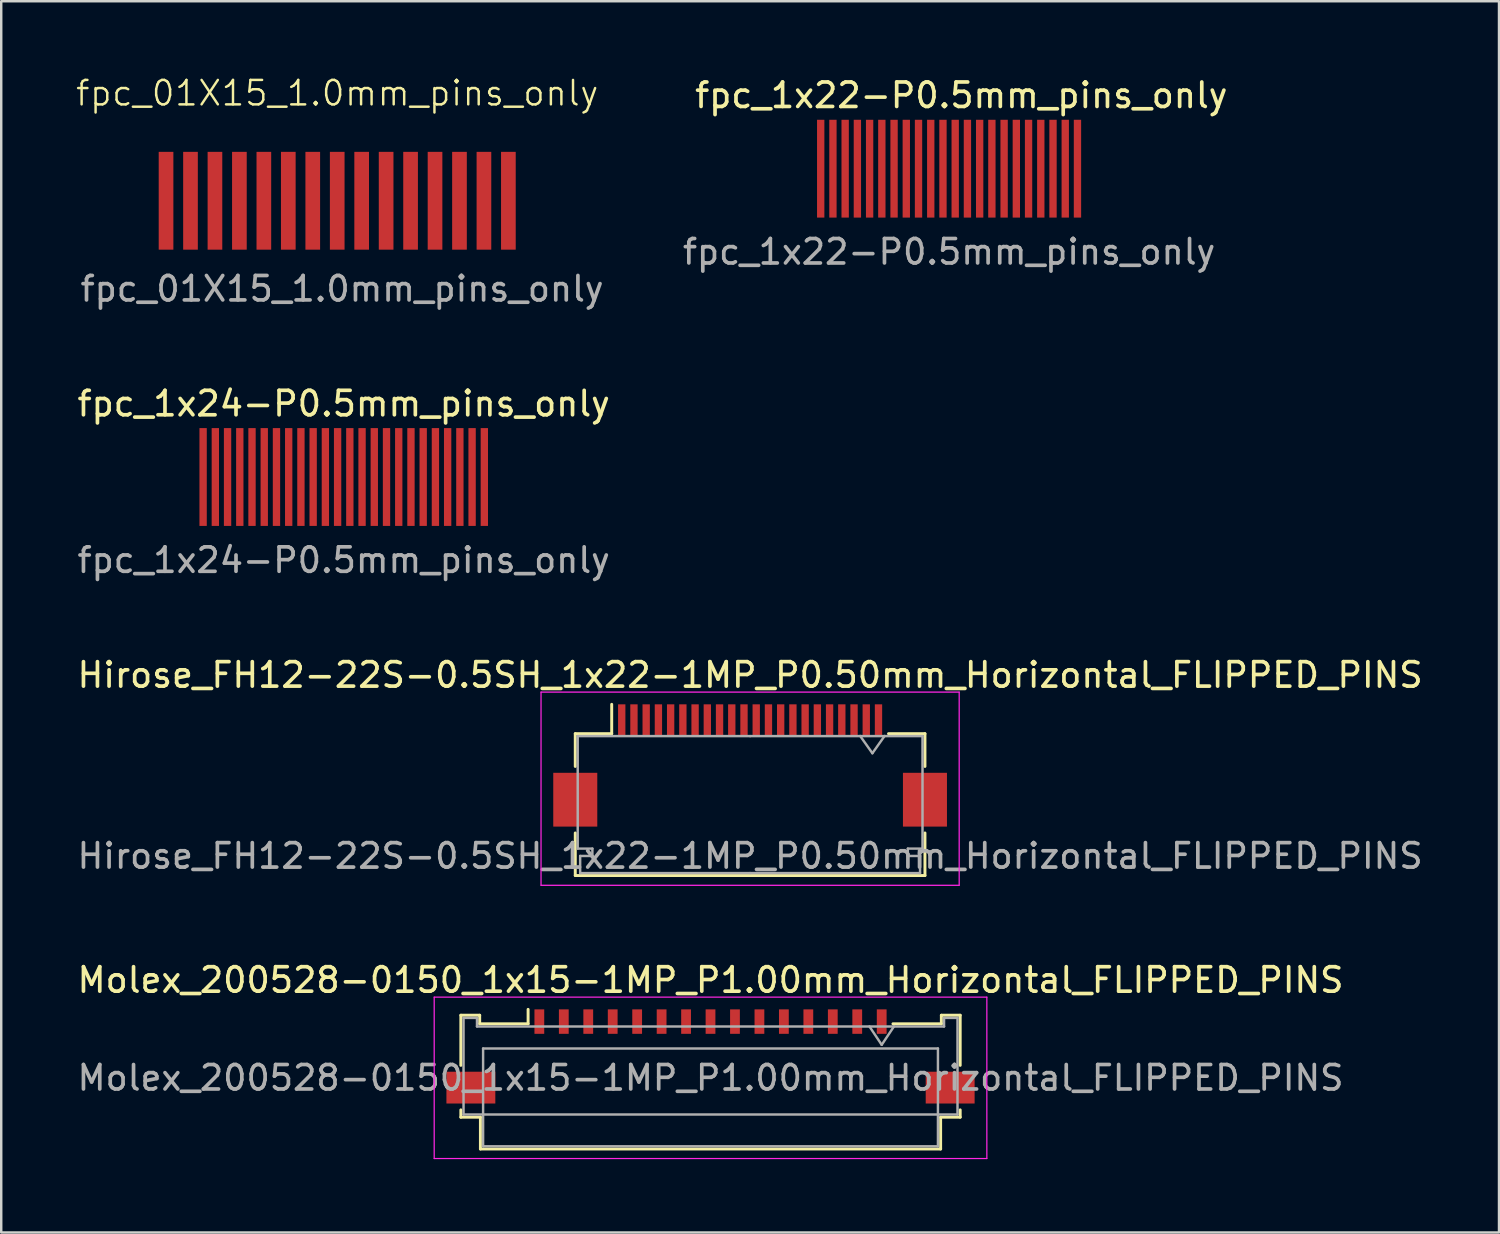
<source format=kicad_pcb>
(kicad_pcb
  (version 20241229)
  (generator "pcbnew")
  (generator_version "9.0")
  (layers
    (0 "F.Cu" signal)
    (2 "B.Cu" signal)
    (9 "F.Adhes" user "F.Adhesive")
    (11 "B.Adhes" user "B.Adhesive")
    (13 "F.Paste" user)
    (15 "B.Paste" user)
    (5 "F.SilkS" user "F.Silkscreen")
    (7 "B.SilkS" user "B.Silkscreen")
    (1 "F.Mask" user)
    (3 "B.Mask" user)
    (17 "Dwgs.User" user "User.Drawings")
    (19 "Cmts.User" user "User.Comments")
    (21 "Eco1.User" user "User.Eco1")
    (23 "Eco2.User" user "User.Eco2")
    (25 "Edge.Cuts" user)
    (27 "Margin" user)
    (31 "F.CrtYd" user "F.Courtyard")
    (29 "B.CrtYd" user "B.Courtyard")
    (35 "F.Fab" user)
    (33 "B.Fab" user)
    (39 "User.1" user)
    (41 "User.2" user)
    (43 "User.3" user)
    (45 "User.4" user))
  (footprint "fpc_1x24-P0.5mm_pins_only"
    (layer "F.Cu")
    (at 11.006 16.457)
    (property "Reference" "fpc_1x24-P0.5mm_pins_only" (at 0 -3 0) (layer "F.SilkS") (effects (font (size 1 1) (thickness 0.15))))
    (attr smd)
    (fp_text user "${REFERENCE}" (at 0 3.4 0) (layer "F.Fab") (effects (font (size 1 1) (thickness 0.15))))
    (pad "1" smd rect (at -5.75 0) (size 0.3 4) (layers "F.Cu" "F.Mask" "F.Paste"))
    (pad "2" smd rect (at -5.25 0) (size 0.3 4) (layers "F.Cu" "F.Mask" "F.Paste"))
    (pad "3" smd rect (at -4.75 0) (size 0.3 4) (layers "F.Cu" "F.Mask" "F.Paste"))
    (pad "4" smd rect (at -4.25 0) (size 0.3 4) (layers "F.Cu" "F.Mask" "F.Paste"))
    (pad "5" smd rect (at -3.75 0) (size 0.3 4) (layers "F.Cu" "F.Mask" "F.Paste"))
    (pad "6" smd rect (at -3.25 0) (size 0.3 4) (layers "F.Cu" "F.Mask" "F.Paste"))
    (pad "7" smd rect (at -2.75 0) (size 0.3 4) (layers "F.Cu" "F.Mask" "F.Paste"))
    (pad "8" smd rect (at -2.25 0) (size 0.3 4) (layers "F.Cu" "F.Mask" "F.Paste"))
    (pad "9" smd rect (at -1.75 0) (size 0.3 4) (layers "F.Cu" "F.Mask" "F.Paste"))
    (pad "10" smd rect (at -1.25 0) (size 0.3 4) (layers "F.Cu" "F.Mask" "F.Paste"))
    (pad "11" smd rect (at -0.75 0) (size 0.3 4) (layers "F.Cu" "F.Mask" "F.Paste"))
    (pad "12" smd rect (at -0.25 0) (size 0.3 4) (layers "F.Cu" "F.Mask" "F.Paste"))
    (pad "13" smd rect (at 0.25 0) (size 0.3 4) (layers "F.Cu" "F.Mask" "F.Paste"))
    (pad "14" smd rect (at 0.75 0) (size 0.3 4) (layers "F.Cu" "F.Mask" "F.Paste"))
    (pad "15" smd rect (at 1.25 0) (size 0.3 4) (layers "F.Cu" "F.Mask" "F.Paste"))
    (pad "16" smd rect (at 1.75 0) (size 0.3 4) (layers "F.Cu" "F.Mask" "F.Paste"))
    (pad "17" smd rect (at 2.25 0) (size 0.3 4) (layers "F.Cu" "F.Mask" "F.Paste"))
    (pad "18" smd rect (at 2.75 0) (size 0.3 4) (layers "F.Cu" "F.Mask" "F.Paste"))
    (pad "19" smd rect (at 3.25 0) (size 0.3 4) (layers "F.Cu" "F.Mask" "F.Paste"))
    (pad "20" smd rect (at 3.75 0) (size 0.3 4) (layers "F.Cu" "F.Mask" "F.Paste"))
    (pad "21" smd rect (at 4.25 0) (size 0.3 4) (layers "F.Cu" "F.Mask" "F.Paste"))
    (pad "22" smd rect (at 4.75 0) (size 0.3 4) (layers "F.Cu" "F.Mask" "F.Paste"))
    (pad "23" smd rect (at 5.25 0) (size 0.3 4) (layers "F.Cu" "F.Mask" "F.Paste"))
    (pad "24" smd rect (at 5.75 0) (size 0.3 4) (layers "F.Cu" "F.Mask" "F.Paste")))
  (footprint "fpc_01X15_1.0mm_pins_only"
    (layer "F.Cu")
    (at 10.74 5.16)
    (property "Reference" "fpc_01X15_1.0mm_pins_only" (at 0 -4.4 0) (unlocked yes) (layer "F.SilkS") (effects (font (size 1 1) (thickness 0.1))))
    (attr smd)
    (fp_text user "${REFERENCE}" (at 0.2 3.6 0) (unlocked yes) (layer "F.Fab") (effects (font (size 1 1) (thickness 0.15))))
    (pad "1" smd rect (at -7 0) (size 0.6 4) (layers "F.Cu" "F.Mask" "F.Paste"))
    (pad "2" smd rect (at -6 0) (size 0.6 4) (layers "F.Cu" "F.Mask" "F.Paste"))
    (pad "3" smd rect (at -5 0) (size 0.6 4) (layers "F.Cu" "F.Mask" "F.Paste"))
    (pad "4" smd rect (at -4 0) (size 0.6 4) (layers "F.Cu" "F.Mask" "F.Paste"))
    (pad "5" smd rect (at -3 0) (size 0.6 4) (layers "F.Cu" "F.Mask" "F.Paste"))
    (pad "6" smd rect (at -2 0) (size 0.6 4) (layers "F.Cu" "F.Mask" "F.Paste"))
    (pad "7" smd rect (at -1 0) (size 0.6 4) (layers "F.Cu" "F.Mask" "F.Paste"))
    (pad "8" smd rect (at 0 0) (size 0.6 4) (layers "F.Cu" "F.Mask" "F.Paste"))
    (pad "9" smd rect (at 1 0) (size 0.6 4) (layers "F.Cu" "F.Mask" "F.Paste"))
    (pad "10" smd rect (at 2 0) (size 0.6 4) (layers "F.Cu" "F.Mask" "F.Paste"))
    (pad "11" smd rect (at 3 0) (size 0.6 4) (layers "F.Cu" "F.Mask" "F.Paste"))
    (pad "12" smd rect (at 4 0) (size 0.6 4) (layers "F.Cu" "F.Mask" "F.Paste"))
    (pad "13" smd rect (at 5 0) (size 0.6 4) (layers "F.Cu" "F.Mask" "F.Paste"))
    (pad "14" smd rect (at 6 0) (size 0.6 4) (layers "F.Cu" "F.Mask" "F.Paste"))
    (pad "15" smd rect (at 7 0) (size 0.6 4) (layers "F.Cu" "F.Mask" "F.Paste")))
  (footprint "fpc_1x22-P0.5mm_pins_only"
    (layer "F.Cu")
    (at 36.262 3.848)
    (property "Reference" "fpc_1x22-P0.5mm_pins_only" (at 0 -3 0) (layer "F.SilkS") (effects (font (size 1 1) (thickness 0.15))))
    (attr smd)
    (fp_text user "${REFERENCE}" (at -0.5 3.4 0) (layer "F.Fab") (effects (font (size 1 1) (thickness 0.15))))
    (pad "1" smd rect (at -5.75 0) (size 0.3 4) (layers "F.Cu" "F.Mask" "F.Paste"))
    (pad "2" smd rect (at -5.25 0) (size 0.3 4) (layers "F.Cu" "F.Mask" "F.Paste"))
    (pad "3" smd rect (at -4.75 0) (size 0.3 4) (layers "F.Cu" "F.Mask" "F.Paste"))
    (pad "4" smd rect (at -4.25 0) (size 0.3 4) (layers "F.Cu" "F.Mask" "F.Paste"))
    (pad "5" smd rect (at -3.75 0) (size 0.3 4) (layers "F.Cu" "F.Mask" "F.Paste"))
    (pad "6" smd rect (at -3.25 0) (size 0.3 4) (layers "F.Cu" "F.Mask" "F.Paste"))
    (pad "7" smd rect (at -2.75 0) (size 0.3 4) (layers "F.Cu" "F.Mask" "F.Paste"))
    (pad "8" smd rect (at -2.25 0) (size 0.3 4) (layers "F.Cu" "F.Mask" "F.Paste"))
    (pad "9" smd rect (at -1.75 0) (size 0.3 4) (layers "F.Cu" "F.Mask" "F.Paste"))
    (pad "10" smd rect (at -1.25 0) (size 0.3 4) (layers "F.Cu" "F.Mask" "F.Paste"))
    (pad "11" smd rect (at -0.75 0) (size 0.3 4) (layers "F.Cu" "F.Mask" "F.Paste"))
    (pad "12" smd rect (at -0.25 0) (size 0.3 4) (layers "F.Cu" "F.Mask" "F.Paste"))
    (pad "13" smd rect (at 0.25 0) (size 0.3 4) (layers "F.Cu" "F.Mask" "F.Paste"))
    (pad "14" smd rect (at 0.75 0) (size 0.3 4) (layers "F.Cu" "F.Mask" "F.Paste"))
    (pad "15" smd rect (at 1.25 0) (size 0.3 4) (layers "F.Cu" "F.Mask" "F.Paste"))
    (pad "16" smd rect (at 1.75 0) (size 0.3 4) (layers "F.Cu" "F.Mask" "F.Paste"))
    (pad "17" smd rect (at 2.25 0) (size 0.3 4) (layers "F.Cu" "F.Mask" "F.Paste"))
    (pad "18" smd rect (at 2.75 0) (size 0.3 4) (layers "F.Cu" "F.Mask" "F.Paste"))
    (pad "19" smd rect (at 3.25 0) (size 0.3 4) (layers "F.Cu" "F.Mask" "F.Paste"))
    (pad "20" smd rect (at 3.75 0) (size 0.3 4) (layers "F.Cu" "F.Mask" "F.Paste"))
    (pad "21" smd rect (at 4.25 0) (size 0.3 4) (layers "F.Cu" "F.Mask" "F.Paste"))
    (pad "22" smd rect (at 4.75 0) (size 0.3 4) (layers "F.Cu" "F.Mask" "F.Paste")))
  (footprint "Hirose_FH12-22S-0.5SH_1x22-1MP_P0.50mm_Horizontal_FLIPPED_PINS"
    (layer "F.Cu")
    (at 27.625 28.253)
    (property "Reference" "Hirose_FH12-22S-0.5SH_1x22-1MP_P0.50mm_Horizontal_FLIPPED_PINS" (at 0 -3.7 0) (layer "F.SilkS") (effects (font (size 1 1) (thickness 0.15))))
    (attr smd)
    (fp_line (start -7.15 -1.3) (end -7.15 0.04) (stroke (width 0.12) (type solid)) (layer "F.SilkS"))
    (fp_line (start -7.15 2.76) (end -7.15 4.5) (stroke (width 0.12) (type solid)) (layer "F.SilkS"))
    (fp_line (start -7.15 4.5) (end 7.15 4.5) (stroke (width 0.12) (type solid)) (layer "F.SilkS"))
    (fp_line (start -5.66 -1.3) (end -7.15 -1.3) (stroke (width 0.12) (type solid)) (layer "F.SilkS"))
    (fp_line (start -5.66 -1.3) (end -5.66 -2.5) (stroke (width 0.12) (type solid)) (layer "F.SilkS"))
    (fp_line (start 5.66 -1.3) (end 7.15 -1.3) (stroke (width 0.12) (type solid)) (layer "F.SilkS"))
    (fp_line (start 7.15 -1.3) (end 7.15 0.04) (stroke (width 0.12) (type solid)) (layer "F.SilkS"))
    (fp_line (start 7.15 4.5) (end 7.15 2.76) (stroke (width 0.12) (type solid)) (layer "F.SilkS"))
    (fp_line (start -8.55 -3) (end -8.55 4.9) (stroke (width 0.05) (type solid)) (layer "F.CrtYd"))
    (fp_line (start -8.55 4.9) (end 8.55 4.9) (stroke (width 0.05) (type solid)) (layer "F.CrtYd"))
    (fp_line (start 8.55 -3) (end -8.55 -3) (stroke (width 0.05) (type solid)) (layer "F.CrtYd"))
    (fp_line (start 8.55 4.9) (end 8.55 -3) (stroke (width 0.05) (type solid)) (layer "F.CrtYd"))
    (fp_line (start -7.05 -1.2) (end -7.05 3.4) (stroke (width 0.1) (type solid)) (layer "F.Fab"))
    (fp_line (start -7.05 3.4) (end -6.45 3.4) (stroke (width 0.1) (type solid)) (layer "F.Fab"))
    (fp_line (start -6.95 3.7) (end -6.95 4.4) (stroke (width 0.1) (type solid)) (layer "F.Fab"))
    (fp_line (start -6.95 4.4) (end 0 4.4) (stroke (width 0.1) (type solid)) (layer "F.Fab"))
    (fp_line (start -6.45 3.4) (end -6.45 3.7) (stroke (width 0.1) (type solid)) (layer "F.Fab"))
    (fp_line (start -6.45 3.7) (end -6.95 3.7) (stroke (width 0.1) (type solid)) (layer "F.Fab"))
    (fp_line (start 0 -1.2) (end -7.05 -1.2) (stroke (width 0.1) (type solid)) (layer "F.Fab"))
    (fp_line (start 0 -1.2) (end 7.05 -1.2) (stroke (width 0.1) (type solid)) (layer "F.Fab"))
    (fp_line (start 4.5 -1.207) (end 5 -0.5) (stroke (width 0.1) (type solid)) (layer "F.Fab"))
    (fp_line (start 5 -0.5) (end 5.5 -1.207) (stroke (width 0.1) (type solid)) (layer "F.Fab"))
    (fp_line (start 6.45 3.4) (end 6.45 3.7) (stroke (width 0.1) (type solid)) (layer "F.Fab"))
    (fp_line (start 6.45 3.7) (end 6.95 3.7) (stroke (width 0.1) (type solid)) (layer "F.Fab"))
    (fp_line (start 6.95 3.7) (end 6.95 4.4) (stroke (width 0.1) (type solid)) (layer "F.Fab"))
    (fp_line (start 6.95 4.4) (end 0 4.4) (stroke (width 0.1) (type solid)) (layer "F.Fab"))
    (fp_line (start 7.05 -1.2) (end 7.05 3.4) (stroke (width 0.1) (type solid)) (layer "F.Fab"))
    (fp_line (start 7.05 3.4) (end 6.45 3.4) (stroke (width 0.1) (type solid)) (layer "F.Fab"))
    (fp_text user "${REFERENCE}" (at 0 3.7 0) (layer "F.Fab") (effects (font (size 1 1) (thickness 0.15))))
    (pad "1" smd rect (at 5.25 -1.85) (size 0.3 1.3) (layers "F.Cu" "F.Mask" "F.Paste"))
    (pad "2" smd rect (at 4.75 -1.85) (size 0.3 1.3) (layers "F.Cu" "F.Mask" "F.Paste"))
    (pad "3" smd rect (at 4.25 -1.85) (size 0.3 1.3) (layers "F.Cu" "F.Mask" "F.Paste"))
    (pad "4" smd rect (at 3.75 -1.85) (size 0.3 1.3) (layers "F.Cu" "F.Mask" "F.Paste"))
    (pad "5" smd rect (at 3.25 -1.85) (size 0.3 1.3) (layers "F.Cu" "F.Mask" "F.Paste"))
    (pad "6" smd rect (at 2.75 -1.85) (size 0.3 1.3) (layers "F.Cu" "F.Mask" "F.Paste"))
    (pad "7" smd rect (at 2.25 -1.85) (size 0.3 1.3) (layers "F.Cu" "F.Mask" "F.Paste"))
    (pad "8" smd rect (at 1.75 -1.85) (size 0.3 1.3) (layers "F.Cu" "F.Mask" "F.Paste"))
    (pad "9" smd rect (at 1.25 -1.85) (size 0.3 1.3) (layers "F.Cu" "F.Mask" "F.Paste"))
    (pad "10" smd rect (at 0.75 -1.85) (size 0.3 1.3) (layers "F.Cu" "F.Mask" "F.Paste"))
    (pad "11" smd rect (at 0.25 -1.85) (size 0.3 1.3) (layers "F.Cu" "F.Mask" "F.Paste"))
    (pad "12" smd rect (at -0.25 -1.85) (size 0.3 1.3) (layers "F.Cu" "F.Mask" "F.Paste"))
    (pad "13" smd rect (at -0.75 -1.85) (size 0.3 1.3) (layers "F.Cu" "F.Mask" "F.Paste"))
    (pad "14" smd rect (at -1.25 -1.85) (size 0.3 1.3) (layers "F.Cu" "F.Mask" "F.Paste"))
    (pad "15" smd rect (at -1.75 -1.85) (size 0.3 1.3) (layers "F.Cu" "F.Mask" "F.Paste"))
    (pad "16" smd rect (at -2.25 -1.85) (size 0.3 1.3) (layers "F.Cu" "F.Mask" "F.Paste"))
    (pad "17" smd rect (at -2.75 -1.85) (size 0.3 1.3) (layers "F.Cu" "F.Mask" "F.Paste"))
    (pad "18" smd rect (at -3.25 -1.85) (size 0.3 1.3) (layers "F.Cu" "F.Mask" "F.Paste"))
    (pad "19" smd rect (at -3.75 -1.85) (size 0.3 1.3) (layers "F.Cu" "F.Mask" "F.Paste"))
    (pad "20" smd rect (at -4.25 -1.85) (size 0.3 1.3) (layers "F.Cu" "F.Mask" "F.Paste"))
    (pad "21" smd rect (at -4.75 -1.85) (size 0.3 1.3) (layers "F.Cu" "F.Mask" "F.Paste"))
    (pad "22" smd rect (at -5.25 -1.85) (size 0.3 1.3) (layers "F.Cu" "F.Mask" "F.Paste"))
    (pad "MP" smd rect (at -7.15 1.4) (size 1.8 2.2) (layers "F.Cu" "F.Mask" "F.Paste"))
    (pad "MP" smd rect (at 7.15 1.4) (size 1.8 2.2) (layers "F.Cu" "F.Mask" "F.Paste")))
  (footprint "Molex_200528-0150_1x15-1MP_P1.00mm_Horizontal_FLIPPED_PINS"
    (layer "F.Cu")
    (at 26.006 39.637)
    (property "Reference" "Molex_200528-0150_1x15-1MP_P1.00mm_Horizontal_FLIPPED_PINS" (at 0 -2.61 0) (layer "F.SilkS") (effects (font (size 1 1) (thickness 0.15))))
    (attr smd)
    (fp_line (start -10.21 -1.17) (end -10.21 0.88) (stroke (width 0.12) (type solid)) (layer "F.SilkS"))
    (fp_line (start -10.21 2.7) (end -10.21 3) (stroke (width 0.12) (type solid)) (layer "F.SilkS"))
    (fp_line (start -10.21 3) (end -9.41 3) (stroke (width 0.12) (type solid)) (layer "F.SilkS"))
    (fp_line (start -9.44 -1.17) (end -10.21 -1.17) (stroke (width 0.12) (type solid)) (layer "F.SilkS"))
    (fp_line (start -9.44 -0.82) (end -9.44 -1.17) (stroke (width 0.12) (type solid)) (layer "F.SilkS"))
    (fp_line (start -9.41 3) (end -9.41 4.3) (stroke (width 0.12) (type solid)) (layer "F.SilkS"))
    (fp_line (start -9.41 4.3) (end 9.41 4.3) (stroke (width 0.12) (type solid)) (layer "F.SilkS"))
    (fp_line (start -7.46 -1.41) (end -7.46 -0.82) (stroke (width 0.12) (type solid)) (layer "F.SilkS"))
    (fp_line (start -7.46 -0.82) (end -9.44 -0.82) (stroke (width 0.12) (type solid)) (layer "F.SilkS"))
    (fp_line (start 9.41 3) (end 10.21 3) (stroke (width 0.12) (type solid)) (layer "F.SilkS"))
    (fp_line (start 9.41 4.3) (end 9.41 3) (stroke (width 0.12) (type solid)) (layer "F.SilkS"))
    (fp_line (start 9.44 -1.17) (end 9.44 -0.82) (stroke (width 0.12) (type solid)) (layer "F.SilkS"))
    (fp_line (start 9.44 -0.82) (end 7.46 -0.82) (stroke (width 0.12) (type solid)) (layer "F.SilkS"))
    (fp_line (start 10.21 -1.17) (end 9.44 -1.17) (stroke (width 0.12) (type solid)) (layer "F.SilkS"))
    (fp_line (start 10.21 0.88) (end 10.21 -1.17) (stroke (width 0.12) (type solid)) (layer "F.SilkS"))
    (fp_line (start 10.21 3) (end 10.21 2.7) (stroke (width 0.12) (type solid)) (layer "F.SilkS"))
    (fp_line (start -11.3 -1.91) (end -11.3 4.69) (stroke (width 0.05) (type solid)) (layer "F.CrtYd"))
    (fp_line (start -11.3 4.69) (end 11.3 4.69) (stroke (width 0.05) (type solid)) (layer "F.CrtYd"))
    (fp_line (start 11.3 -1.91) (end -11.3 -1.91) (stroke (width 0.05) (type solid)) (layer "F.CrtYd"))
    (fp_line (start 11.3 4.69) (end 11.3 -1.91) (stroke (width 0.05) (type solid)) (layer "F.CrtYd"))
    (fp_line (start -10.1 -1.06) (end -10.1 2.89) (stroke (width 0.1) (type solid)) (layer "F.Fab"))
    (fp_line (start -10.1 2.89) (end 10.1 2.89) (stroke (width 0.1) (type solid)) (layer "F.Fab"))
    (fp_line (start -9.55 -1.06) (end -10.1 -1.06) (stroke (width 0.1) (type solid)) (layer "F.Fab"))
    (fp_line (start -9.55 -0.71) (end -9.55 -1.06) (stroke (width 0.1) (type solid)) (layer "F.Fab"))
    (fp_line (start -9.3 0.19) (end -9.3 4.19) (stroke (width 0.1) (type solid)) (layer "F.Fab"))
    (fp_line (start -9.3 4.19) (end 9.3 4.19) (stroke (width 0.1) (type solid)) (layer "F.Fab"))
    (fp_line (start 6.5 -0.71) (end 7 0.04) (stroke (width 0.1) (type solid)) (layer "F.Fab"))
    (fp_line (start 7 0.04) (end 7.5 -0.71) (stroke (width 0.1) (type solid)) (layer "F.Fab"))
    (fp_line (start 9.3 0.19) (end -9.3 0.19) (stroke (width 0.1) (type solid)) (layer "F.Fab"))
    (fp_line (start 9.3 4.19) (end 9.3 0.19) (stroke (width 0.1) (type solid)) (layer "F.Fab"))
    (fp_line (start 9.55 -1.06) (end 9.55 -0.71) (stroke (width 0.1) (type solid)) (layer "F.Fab"))
    (fp_line (start 9.55 -0.71) (end -9.55 -0.71) (stroke (width 0.1) (type solid)) (layer "F.Fab"))
    (fp_line (start 10.1 -1.06) (end 9.55 -1.06) (stroke (width 0.1) (type solid)) (layer "F.Fab"))
    (fp_line (start 10.1 2.89) (end 10.1 -1.06) (stroke (width 0.1) (type solid)) (layer "F.Fab"))
    (fp_text user "${REFERENCE}" (at 0 1.39 0) (layer "F.Fab") (effects (font (size 1 1) (thickness 0.15))))
    (pad "1" smd rect (at 7 -0.91) (size 0.4 1) (layers "F.Cu" "F.Mask" "F.Paste"))
    (pad "2" smd rect (at 6 -0.91) (size 0.4 1) (layers "F.Cu" "F.Mask" "F.Paste"))
    (pad "3" smd rect (at 5 -0.91) (size 0.4 1) (layers "F.Cu" "F.Mask" "F.Paste"))
    (pad "4" smd rect (at 4 -0.91) (size 0.4 1) (layers "F.Cu" "F.Mask" "F.Paste"))
    (pad "5" smd rect (at 3 -0.91) (size 0.4 1) (layers "F.Cu" "F.Mask" "F.Paste"))
    (pad "6" smd rect (at 2 -0.91) (size 0.4 1) (layers "F.Cu" "F.Mask" "F.Paste"))
    (pad "7" smd rect (at 1 -0.91) (size 0.4 1) (layers "F.Cu" "F.Mask" "F.Paste"))
    (pad "8" smd rect (at 0 -0.91) (size 0.4 1) (layers "F.Cu" "F.Mask" "F.Paste"))
    (pad "9" smd rect (at -1 -0.91) (size 0.4 1) (layers "F.Cu" "F.Mask" "F.Paste"))
    (pad "10" smd rect (at -2 -0.91) (size 0.4 1) (layers "F.Cu" "F.Mask" "F.Paste"))
    (pad "11" smd rect (at -3 -0.91) (size 0.4 1) (layers "F.Cu" "F.Mask" "F.Paste"))
    (pad "12" smd rect (at -4 -0.91) (size 0.4 1) (layers "F.Cu" "F.Mask" "F.Paste"))
    (pad "13" smd rect (at -5 -0.91) (size 0.4 1) (layers "F.Cu" "F.Mask" "F.Paste"))
    (pad "14" smd rect (at -6 -0.91) (size 0.4 1) (layers "F.Cu" "F.Mask" "F.Paste"))
    (pad "15" smd rect (at -7 -0.91) (size 0.4 1) (layers "F.Cu" "F.Mask" "F.Paste"))
    (pad "MP" smd rect (at -9.8 1.79) (size 2 1.3) (layers "F.Cu" "F.Mask" "F.Paste"))
    (pad "MP" smd rect (at 9.8 1.79) (size 2 1.3) (layers "F.Cu" "F.Mask" "F.Paste")))
  (gr_rect
    (start -3 -3)
    (end 58.25 47.352)
    (stroke (width 0.1) (type default))
    (fill no)
    (layer "Edge.Cuts")))
</source>
